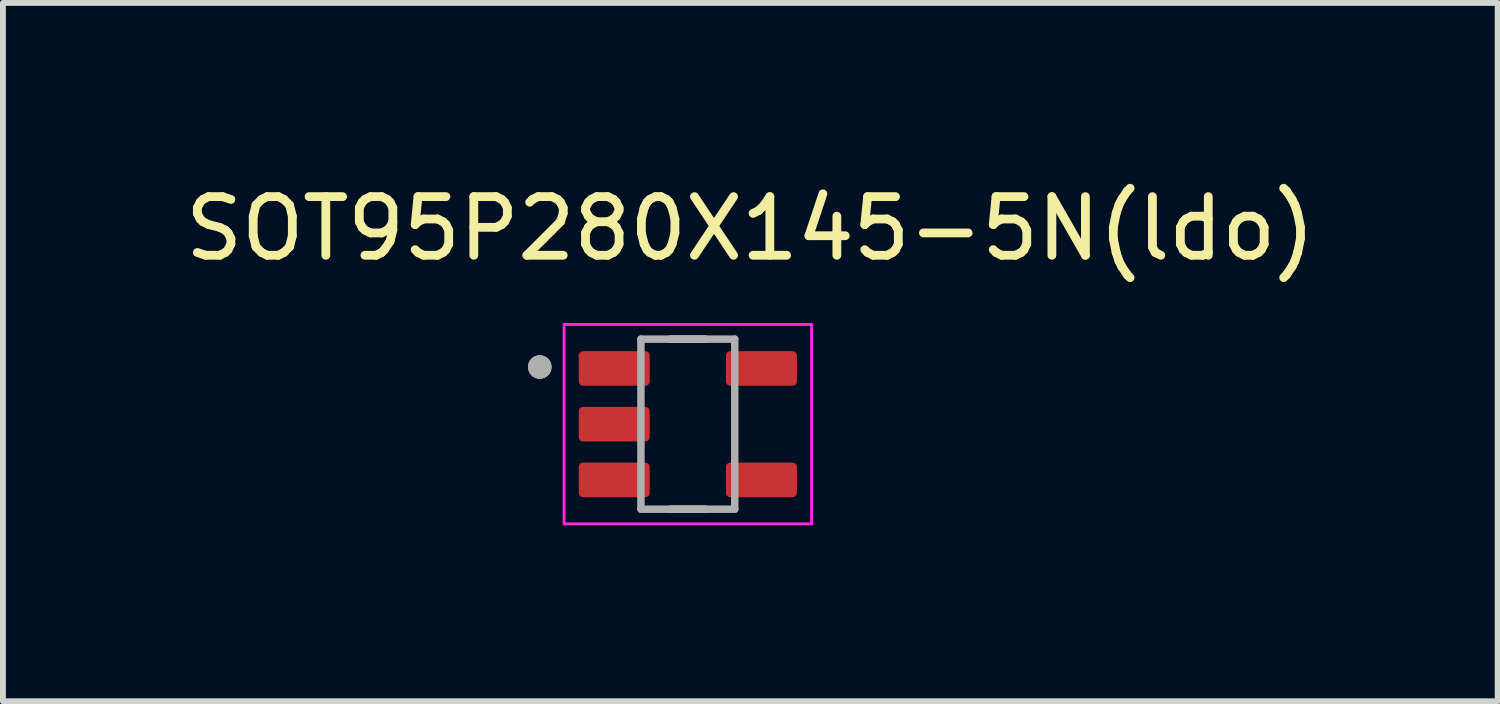
<source format=kicad_pcb>
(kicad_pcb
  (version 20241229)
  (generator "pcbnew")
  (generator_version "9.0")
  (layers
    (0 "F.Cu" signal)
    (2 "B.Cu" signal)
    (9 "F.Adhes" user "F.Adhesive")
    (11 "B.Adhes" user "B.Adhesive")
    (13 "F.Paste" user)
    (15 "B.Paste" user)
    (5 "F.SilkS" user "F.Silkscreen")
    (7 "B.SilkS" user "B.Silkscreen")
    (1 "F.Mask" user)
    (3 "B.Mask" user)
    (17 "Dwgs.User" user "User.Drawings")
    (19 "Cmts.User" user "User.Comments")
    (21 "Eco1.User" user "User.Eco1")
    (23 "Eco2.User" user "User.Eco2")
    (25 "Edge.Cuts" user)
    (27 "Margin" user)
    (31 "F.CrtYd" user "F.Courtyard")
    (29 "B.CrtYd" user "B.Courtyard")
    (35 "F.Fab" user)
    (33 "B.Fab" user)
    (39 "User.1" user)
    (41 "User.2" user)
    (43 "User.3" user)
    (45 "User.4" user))
  (footprint "SOT95P280X145-5N(ldo)"
    (layer "F.Cu")
    (at 8.679 4.183)
    (property "Reference" "SOT95P280X145-5N(ldo)" (at 1.065 -3.335 0) (layer "F.SilkS") (effects (font (size 1 1) (thickness 0.15))))
    (attr smd)
    (fp_line (start -0.3 -1.45) (end 0.3 -1.45) (stroke (width 0.127) (type solid)) (layer "F.SilkS"))
    (fp_line (start -0.3 1.45) (end 0.3 1.45) (stroke (width 0.127) (type solid)) (layer "F.SilkS"))
    (fp_circle (center -2.525 -0.975) (end -2.425 -0.975) (stroke (width 0.2) (type solid)) (fill no) (layer "F.SilkS"))
    (fp_line (start -2.11 -1.7) (end -2.11 1.7) (stroke (width 0.05) (type solid)) (layer "F.CrtYd"))
    (fp_line (start -2.11 1.7) (end 2.11 1.7) (stroke (width 0.05) (type solid)) (layer "F.CrtYd"))
    (fp_line (start 2.11 -1.7) (end -2.11 -1.7) (stroke (width 0.05) (type solid)) (layer "F.CrtYd"))
    (fp_line (start 2.11 1.7) (end 2.11 -1.7) (stroke (width 0.05) (type solid)) (layer "F.CrtYd"))
    (fp_line (start -0.8 -1.45) (end 0.8 -1.45) (stroke (width 0.127) (type solid)) (layer "F.Fab"))
    (fp_line (start -0.8 1.45) (end -0.8 -1.45) (stroke (width 0.127) (type solid)) (layer "F.Fab"))
    (fp_line (start 0.8 -1.45) (end 0.8 1.45) (stroke (width 0.127) (type solid)) (layer "F.Fab"))
    (fp_line (start 0.8 1.45) (end -0.8 1.45) (stroke (width 0.127) (type solid)) (layer "F.Fab"))
    (fp_circle (center -2.525 -0.975) (end -2.425 -0.975) (stroke (width 0.2) (type solid)) (fill no) (layer "F.Fab"))
    (pad "1" smd roundrect (at -1.255 -0.95) (size 1.21 0.59) (layers "F.Cu" "F.Mask" "F.Paste") (roundrect_rratio 0.125))
    (pad "2" smd roundrect (at -1.255 0) (size 1.21 0.59) (layers "F.Cu" "F.Mask" "F.Paste") (roundrect_rratio 0.125))
    (pad "3" smd roundrect (at -1.255 0.95) (size 1.21 0.59) (layers "F.Cu" "F.Mask" "F.Paste") (roundrect_rratio 0.125))
    (pad "4" smd roundrect (at 1.255 0.95) (size 1.21 0.59) (layers "F.Cu" "F.Mask" "F.Paste") (roundrect_rratio 0.125))
    (pad "5" smd roundrect (at 1.255 -0.95) (size 1.21 0.59) (layers "F.Cu" "F.Mask" "F.Paste") (roundrect_rratio 0.125)))
  (gr_rect
    (start -3 -3)
    (end 22.488 8.908)
    (stroke (width 0.1) (type default))
    (fill no)
    (layer "Edge.Cuts")))
</source>
